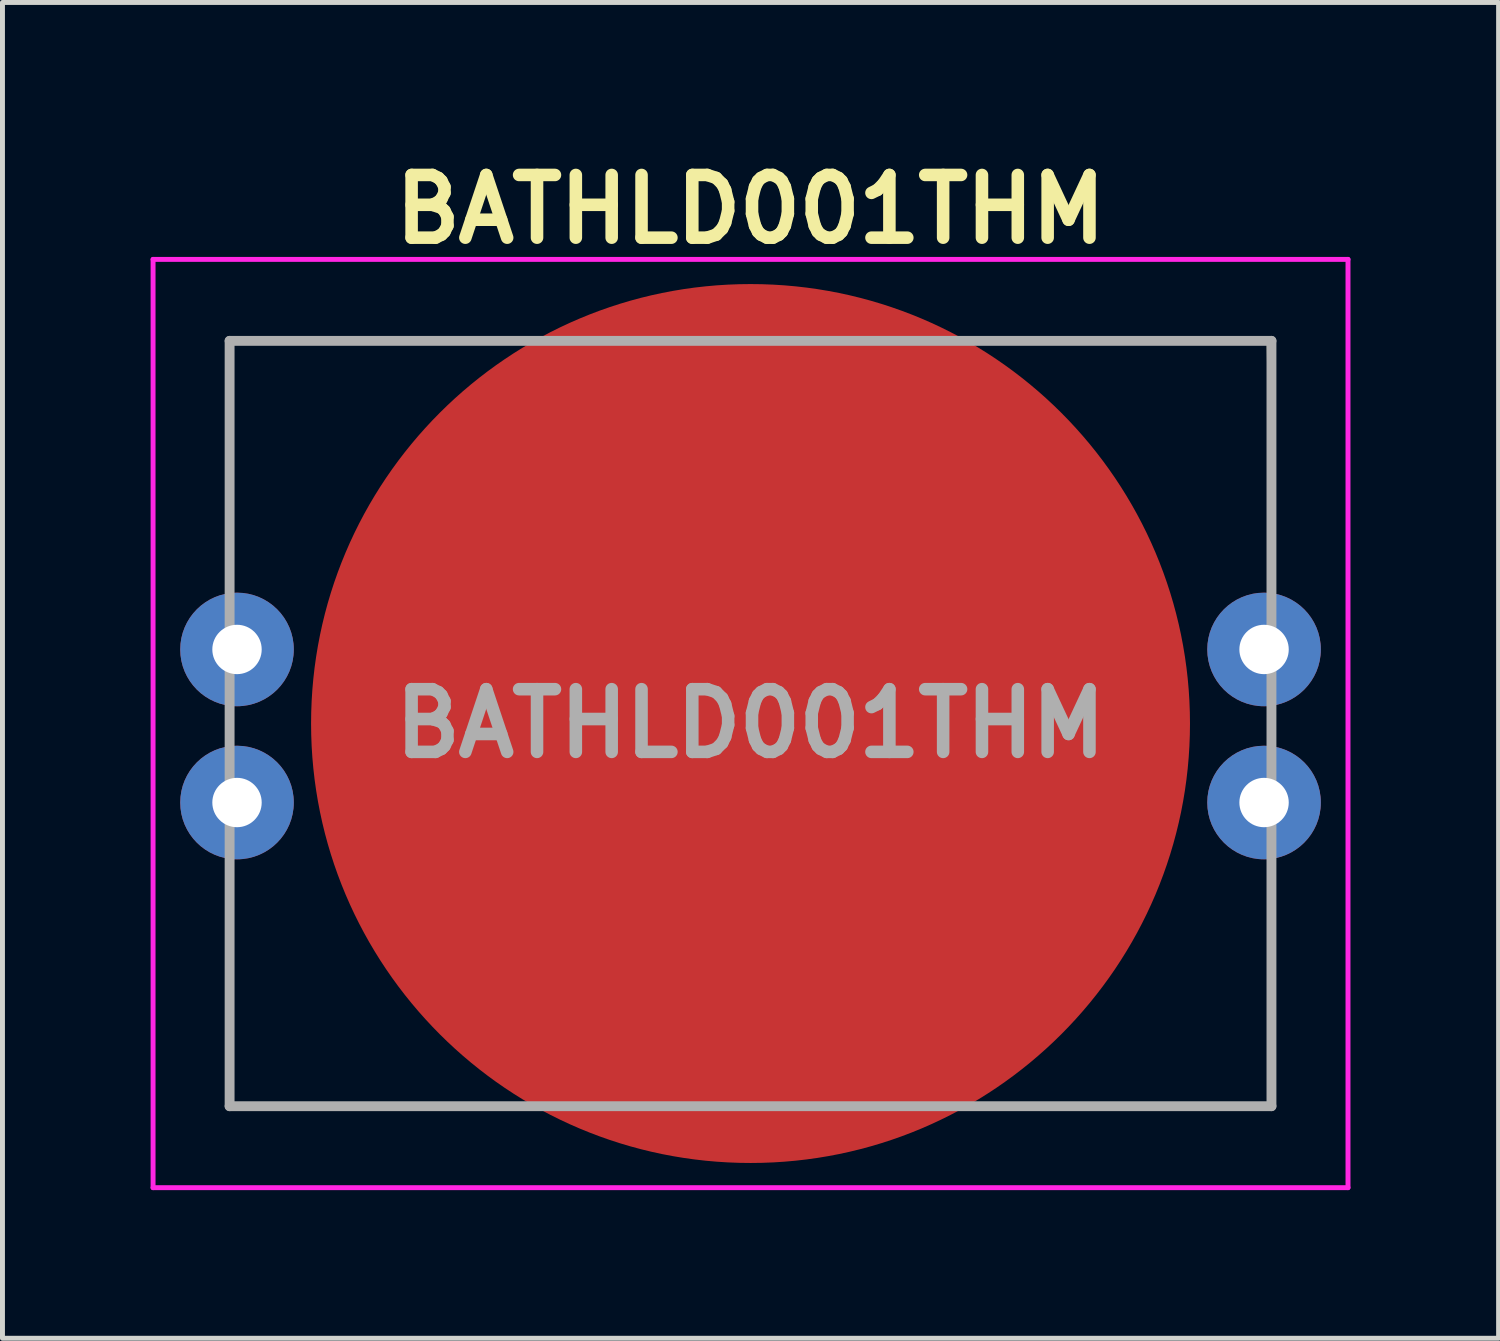
<source format=kicad_pcb>
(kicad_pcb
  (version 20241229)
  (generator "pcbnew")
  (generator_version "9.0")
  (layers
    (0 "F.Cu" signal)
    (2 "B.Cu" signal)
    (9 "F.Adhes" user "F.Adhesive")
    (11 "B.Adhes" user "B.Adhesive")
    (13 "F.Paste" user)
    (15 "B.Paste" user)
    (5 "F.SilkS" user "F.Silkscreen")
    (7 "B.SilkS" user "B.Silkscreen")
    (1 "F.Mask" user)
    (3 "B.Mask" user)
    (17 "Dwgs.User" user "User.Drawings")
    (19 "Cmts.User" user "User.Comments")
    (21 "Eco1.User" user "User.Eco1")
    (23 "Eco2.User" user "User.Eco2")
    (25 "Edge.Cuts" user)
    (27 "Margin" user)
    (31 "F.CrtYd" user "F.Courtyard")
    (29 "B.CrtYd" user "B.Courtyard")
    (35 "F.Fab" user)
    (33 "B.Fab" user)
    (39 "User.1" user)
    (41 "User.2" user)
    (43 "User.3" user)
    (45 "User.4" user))
  (footprint "BATHLD001THM"
    (layer "F.Cu")
    (at 12.15 11.603)
    (property "Reference" "BATHLD001THM" (at 0 -10.414 0) (layer "F.SilkS") (effects (font (size 1.27 1.27) (thickness 0.254))))
    (attr through_hole)
    (fp_line (start -10.55 -7.75) (end -10.55 -3.5) (stroke (width 0.1) (type solid)) (layer "F.SilkS"))
    (fp_line (start -10.55 3.5) (end -10.55 7.75) (stroke (width 0.1) (type solid)) (layer "F.SilkS"))
    (fp_line (start -10.55 7.75) (end -5.5 7.75) (stroke (width 0.1) (type solid)) (layer "F.SilkS"))
    (fp_line (start -5 -7.75) (end -10.55 -7.75) (stroke (width 0.1) (type solid)) (layer "F.SilkS"))
    (fp_line (start 5 -7.75) (end 10.505 -7.75) (stroke (width 0.1) (type solid)) (layer "F.SilkS"))
    (fp_line (start 10.505 -7.75) (end 10.55 -3.5) (stroke (width 0.1) (type solid)) (layer "F.SilkS"))
    (fp_line (start 10.55 3.5) (end 10.55 7.75) (stroke (width 0.1) (type solid)) (layer "F.SilkS"))
    (fp_line (start 10.55 7.75) (end 5.5 7.75) (stroke (width 0.1) (type solid)) (layer "F.SilkS"))
    (fp_line (start -12.1 -9.4) (end 12.1 -9.4) (stroke (width 0.1) (type solid)) (layer "F.CrtYd"))
    (fp_line (start -12.1 9.4) (end -12.1 -9.4) (stroke (width 0.1) (type solid)) (layer "F.CrtYd"))
    (fp_line (start 12.1 -9.4) (end 12.1 9.4) (stroke (width 0.1) (type solid)) (layer "F.CrtYd"))
    (fp_line (start 12.1 9.4) (end -12.1 9.4) (stroke (width 0.1) (type solid)) (layer "F.CrtYd"))
    (fp_line (start -10.55 -7.75) (end 10.55 -7.75) (stroke (width 0.2) (type solid)) (layer "F.Fab"))
    (fp_line (start -10.55 7.75) (end -10.55 -7.75) (stroke (width 0.2) (type solid)) (layer "F.Fab"))
    (fp_line (start 10.55 -7.75) (end 10.55 7.75) (stroke (width 0.2) (type solid)) (layer "F.Fab"))
    (fp_line (start 10.55 7.75) (end -10.55 7.75) (stroke (width 0.2) (type solid)) (layer "F.Fab"))
    (fp_text user "${REFERENCE}" (at 0 0 0) (layer "F.Fab") (effects (font (size 1.27 1.27) (thickness 0.254))))
    (pad "1" smd circle (at 0 0 90) (size 17.8 17.8) (layers "F.Cu" "F.Mask" "F.Paste"))
    (pad "2" thru_hole circle (at -10.4 -1.5) (size 2.3 2.3) (drill 1) (layers "*.Cu" "*.Mask"))
    (pad "2" thru_hole circle (at -10.4 1.6) (size 2.3 2.3) (drill 1) (layers "*.Cu" "*.Mask"))
    (pad "2" thru_hole circle (at 10.4 -1.5) (size 2.3 2.3) (drill 1) (layers "*.Cu" "*.Mask"))
    (pad "2" thru_hole circle (at 10.4 1.6) (size 2.3 2.3) (drill 1) (layers "*.Cu" "*.Mask")))
  (gr_rect
    (start -3 -3)
    (end 27.3 24.053)
    (stroke (width 0.1) (type default))
    (fill no)
    (layer "Edge.Cuts")))
</source>
